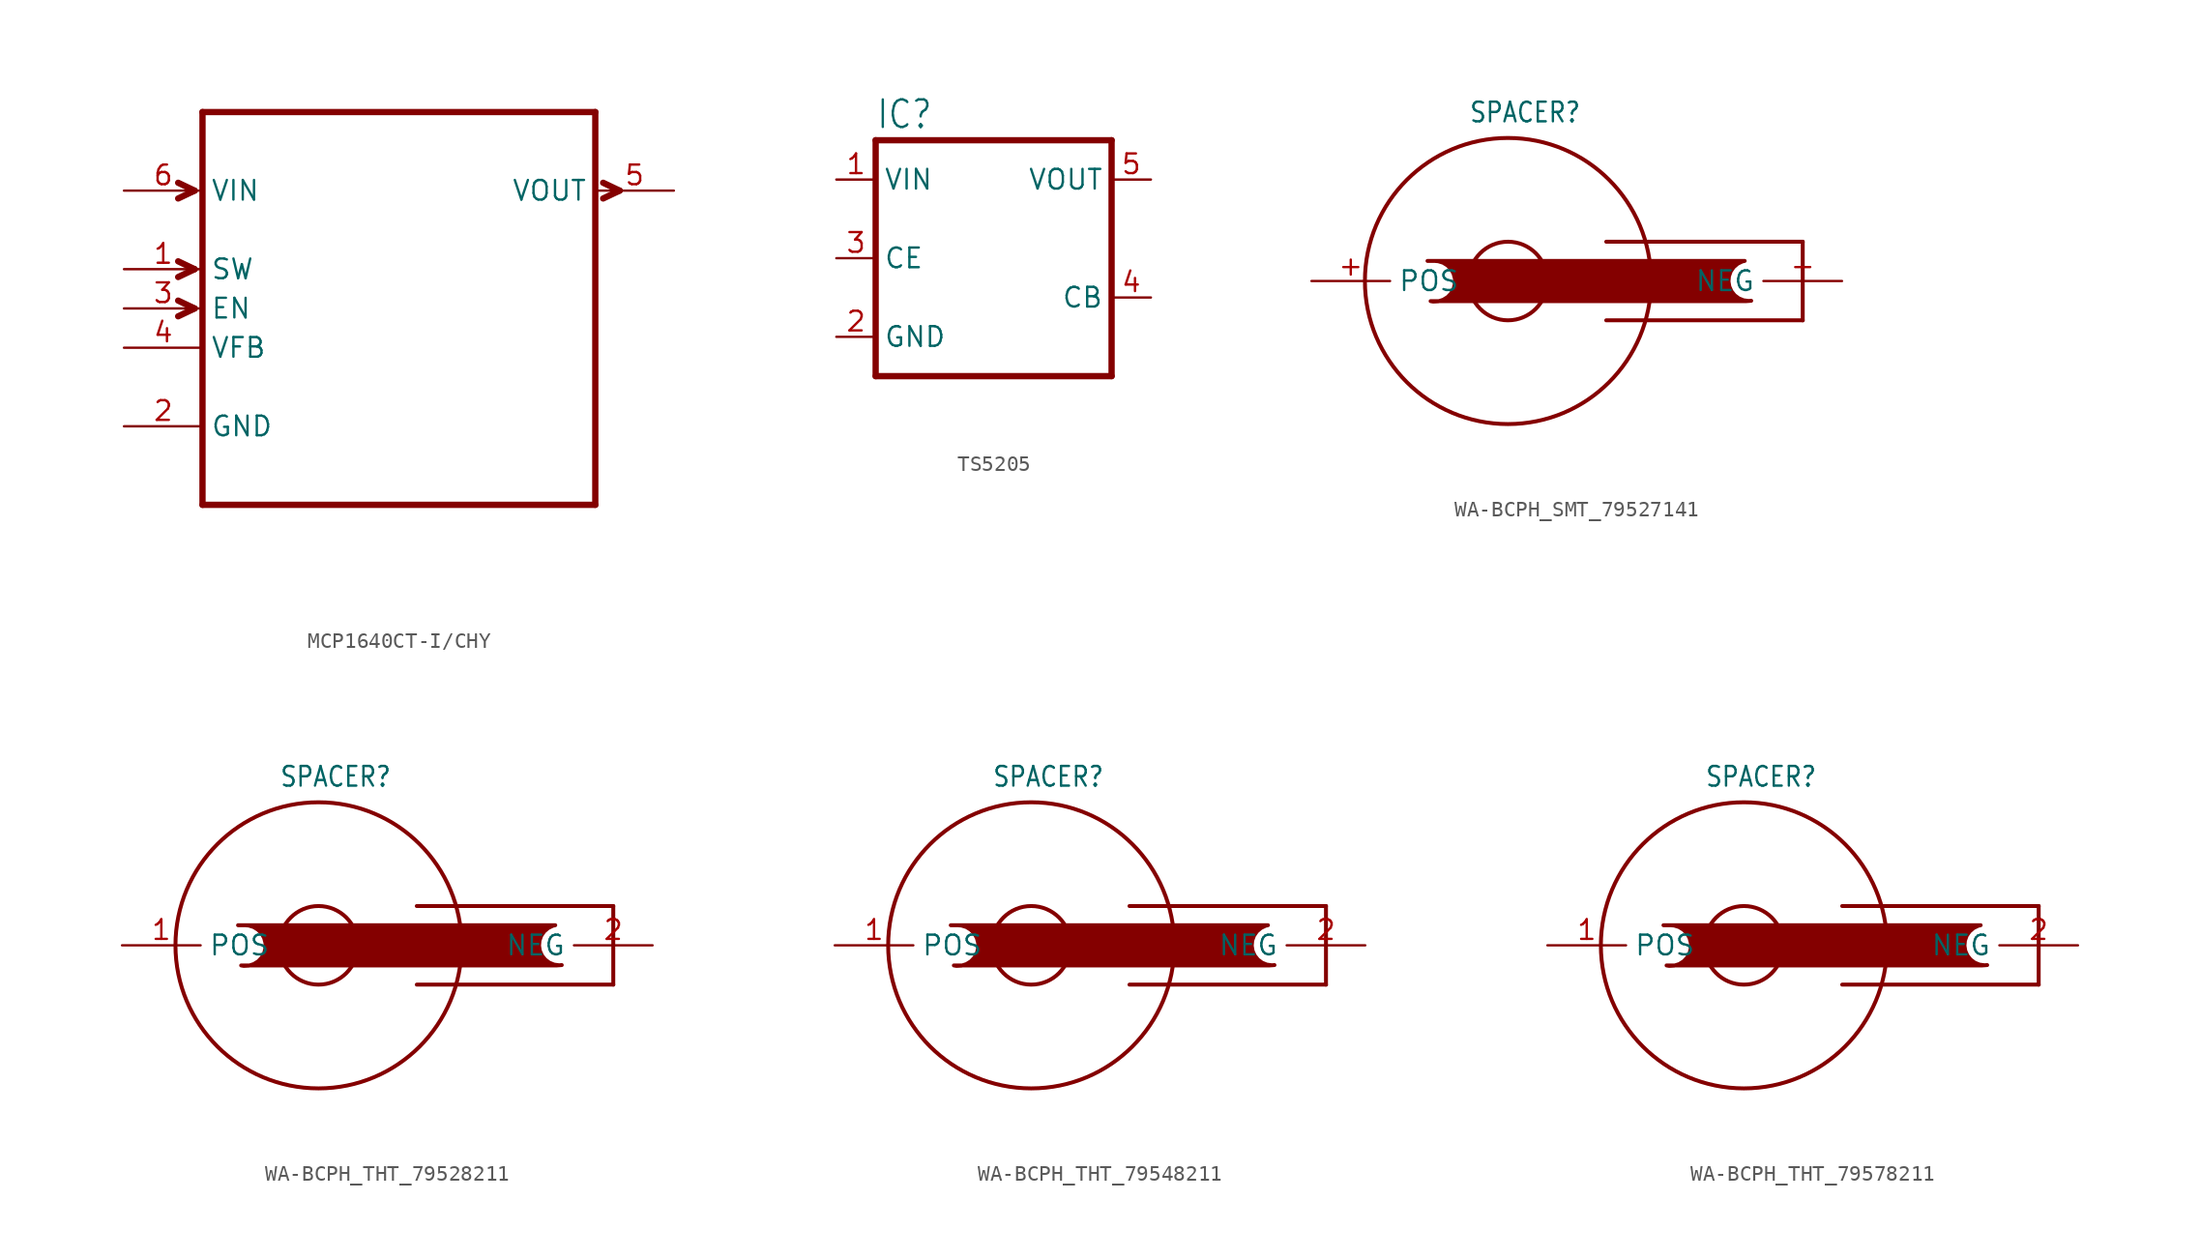
<source format=kicad_sym>
(kicad_symbol_lib
  (version 20220914)
  (generator kicad_symbol_editor)
  (symbol "MCP1640CT-I/CHY"
    (property "Reference" ""
      (at -4.928 12.573 0)
      (effects (font (size 2.083 1.77)) (justify left bottom) hide))
    (property "Value" ""
      (at -5.105 -19.914 0)
      (effects (font (size 2.083 1.77)) (justify left bottom)))
    (property "ki_locked" ""
      (at 0 0 0)
      (effects (font (size 1.27 1.27))))
    (symbol "MCP1640CT-I/CHY_1_0"
      (polyline (pts (xy -13.208 -2.54) (xy -14.275 -3.048)) (stroke (width 0.406) (type solid)) (fill (type none)))
      (polyline (pts (xy -13.208 -2.54) (xy -14.275 -2.032)) (stroke (width 0.406) (type solid)) (fill (type none)))
      (polyline (pts (xy -13.208 0) (xy -14.275 -0.508)) (stroke (width 0.406) (type solid)) (fill (type none)))
      (polyline (pts (xy -13.208 0) (xy -14.275 0.508)) (stroke (width 0.406) (type solid)) (fill (type none)))
      (polyline (pts (xy -13.208 5.08) (xy -14.275 4.572)) (stroke (width 0.406) (type solid)) (fill (type none)))
      (polyline (pts (xy -13.208 5.08) (xy -14.275 5.588)) (stroke (width 0.406) (type solid)) (fill (type none)))
      (polyline (pts (xy -12.7 -15.24) (xy 12.7 -15.24)) (stroke (width 0.406) (type solid)) (fill (type none)))
      (polyline (pts (xy -12.7 10.16) (xy -12.7 -15.24)) (stroke (width 0.406) (type solid)) (fill (type none)))
      (polyline (pts (xy 12.7 -15.24) (xy 12.7 10.16)) (stroke (width 0.406) (type solid)) (fill (type none)))
      (polyline (pts (xy 12.7 10.16) (xy -12.7 10.16)) (stroke (width 0.406) (type solid)) (fill (type none)))
      (polyline (pts (xy 13.208 4.572) (xy 14.275 5.08)) (stroke (width 0.406) (type solid)) (fill (type none)))
      (polyline (pts (xy 13.208 5.588) (xy 14.275 5.08)) (stroke (width 0.406) (type solid)) (fill (type none)))
      (pin input line (at -17.78 0 0) (length 5.08) (name "SW" (effects (font (size 1.27 1.27)))) (number "1" (effects (font (size 1.27 1.27)))))
      (pin passive line (at -17.78 -10.16 0) (length 5.08) (name "GND" (effects (font (size 1.27 1.27)))) (number "2" (effects (font (size 1.27 1.27)))))
      (pin input line (at -17.78 -2.54 0) (length 5.08) (name "EN" (effects (font (size 1.27 1.27)))) (number "3" (effects (font (size 1.27 1.27)))))
      (pin input line (at -17.78 -5.08 0) (length 5.08) (name "VFB" (effects (font (size 1.27 1.27)))) (number "4" (effects (font (size 1.27 1.27)))))
      (pin output line (at 17.78 5.08 180) (length 5.08) (name "VOUT" (effects (font (size 1.27 1.27)))) (number "5" (effects (font (size 1.27 1.27)))))
      (pin input line (at -17.78 5.08 0) (length 5.08) (name "VIN" (effects (font (size 1.27 1.27)))) (number "6" (effects (font (size 1.27 1.27)))))))
  (symbol "TS5205"
    (property "Reference" "IC"
      (at -7.62 8.255 0)
      (effects (font (size 1.778 1.511)) (justify left bottom)))
    (property "Value" ""
      (at -7.62 -10.16 0)
      (effects (font (size 1.778 1.511)) (justify left bottom)))
    (property "ki_locked" ""
      (at 0 0 0)
      (effects (font (size 1.27 1.27))))
    (symbol "TS5205_1_0"
      (polyline (pts (xy -7.62 -7.62) (xy 7.62 -7.62)) (stroke (width 0.406) (type solid)) (fill (type none)))
      (polyline (pts (xy -7.62 7.62) (xy -7.62 -7.62)) (stroke (width 0.406) (type solid)) (fill (type none)))
      (polyline (pts (xy 7.62 -7.62) (xy 7.62 7.62)) (stroke (width 0.406) (type solid)) (fill (type none)))
      (polyline (pts (xy 7.62 7.62) (xy -7.62 7.62)) (stroke (width 0.406) (type solid)) (fill (type none)))
      (pin input line (at -10.16 5.08 0) (length 2.54) (name "VIN" (effects (font (size 1.27 1.27)))) (number "1" (effects (font (size 1.27 1.27)))))
      (pin passive line (at -10.16 -5.08 0) (length 2.54) (name "GND" (effects (font (size 1.27 1.27)))) (number "2" (effects (font (size 1.27 1.27)))))
      (pin input line (at -10.16 0 0) (length 2.54) (name "CE" (effects (font (size 1.27 1.27)))) (number "3" (effects (font (size 1.27 1.27)))))
      (pin input line (at 10.16 -2.54 180) (length 2.54) (name "CB" (effects (font (size 1.27 1.27)))) (number "4" (effects (font (size 1.27 1.27)))))
      (pin passive line (at 10.16 5.08 180) (length 2.54) (name "VOUT" (effects (font (size 1.27 1.27)))) (number "5" (effects (font (size 1.27 1.27)))))))
  (symbol "WA-BCPH_SMT_79527141"
    (property "Reference" "SPACER"
      (at -2.54 10.16 0)
      (effects (font (size 1.27 1.079)) (justify left bottom)))
    (property "Value" ""
      (at -3.81 -11.43 0)
      (effects (font (size 1.27 1.079)) (justify left bottom)))
    (property "ki_locked" ""
      (at 0 0 0)
      (effects (font (size 1.27 1.27))))
    (symbol "WA-BCPH_SMT_79527141_1_0"
      (polyline (pts (xy 6.35 2.54) (xy 19.05 2.54)) (stroke (width 0.254) (type solid)) (fill (type none)))
      (polyline (pts (xy 19.05 -2.54) (xy 6.35 -2.54)) (stroke (width 0.254) (type solid)) (fill (type none)))
      (polyline (pts (xy 19.05 2.54) (xy 19.05 -2.54)) (stroke (width 0.254) (type solid)) (fill (type none)))
      (polyline (pts (xy -5.2 1.3) (xy 15.3 1.3) (xy 15.138 1.262) (xy 14.838 1.114) (xy 14.586 0.896) (xy 14.396 0.622) (xy 14.283 0.308) (xy 14.252 -0.024) (xy 14.306 -0.354) (xy 14.441 -0.659) (xy 14.649 -0.92) (xy 14.915 -1.12) (xy 15.224 -1.246) (xy 15.555 -1.29) (xy 15.721 -1.276) (xy 15.4 -1.3) (xy -5 -1.3) (xy -4.836 -1.329) (xy -4.503 -1.312) (xy -4.185 -1.212) (xy -3.902 -1.036) (xy -3.673 -0.794) (xy -3.512 -0.502) (xy -3.429 -0.179) (xy -3.43 0.154) (xy -3.515 0.476) (xy -3.678 0.767) (xy -3.909 1.007) (xy -4.192 1.182) (xy -4.511 1.28) (xy -4.677 1.292)) (stroke (width 0.254) (type solid)) (fill (type outline)))
      (circle (center 0 0) (radius 2.54) (stroke (width 0.254) (type solid)) (fill (type none)))
      (circle (center 0 0) (radius 9.246) (stroke (width 0.254) (type solid)) (fill (type none)))
      (pin bidirectional line (at -12.7 0 0) (length 5.08) (name "POS" (effects (font (size 1.27 1.27)))) (number "+" (effects (font (size 1.27 1.27)))))
      (pin bidirectional line (at 21.59 0 180) (length 5.08) (name "NEG" (effects (font (size 1.27 1.27)))) (number "-" (effects (font (size 1.27 1.27)))))))
  (symbol "WA-BCPH_THT_79528211"
    (property "Reference" "SPACER"
      (at -2.54 10.16 0)
      (effects (font (size 1.27 1.079)) (justify left bottom)))
    (property "Value" ""
      (at -3.81 -11.43 0)
      (effects (font (size 1.27 1.079)) (justify left bottom)))
    (property "ki_locked" ""
      (at 0 0 0)
      (effects (font (size 1.27 1.27))))
    (symbol "WA-BCPH_THT_79528211_1_0"
      (polyline (pts (xy 6.35 2.54) (xy 19.05 2.54)) (stroke (width 0.254) (type solid)) (fill (type none)))
      (polyline (pts (xy 19.05 -2.54) (xy 6.35 -2.54)) (stroke (width 0.254) (type solid)) (fill (type none)))
      (polyline (pts (xy 19.05 2.54) (xy 19.05 -2.54)) (stroke (width 0.254) (type solid)) (fill (type none)))
      (polyline (pts (xy -5.2 1.3) (xy 15.3 1.3) (xy 15.138 1.262) (xy 14.838 1.114) (xy 14.586 0.896) (xy 14.396 0.622) (xy 14.283 0.308) (xy 14.252 -0.024) (xy 14.306 -0.354) (xy 14.441 -0.659) (xy 14.649 -0.92) (xy 14.915 -1.12) (xy 15.224 -1.246) (xy 15.555 -1.29) (xy 15.721 -1.276) (xy 15.4 -1.3) (xy -5 -1.3) (xy -4.836 -1.329) (xy -4.503 -1.312) (xy -4.185 -1.212) (xy -3.902 -1.036) (xy -3.673 -0.794) (xy -3.512 -0.502) (xy -3.429 -0.179) (xy -3.43 0.154) (xy -3.515 0.476) (xy -3.678 0.767) (xy -3.909 1.007) (xy -4.192 1.182) (xy -4.511 1.28) (xy -4.677 1.292)) (stroke (width 0.254) (type solid)) (fill (type outline)))
      (circle (center 0 0) (radius 2.54) (stroke (width 0.254) (type solid)) (fill (type none)))
      (circle (center 0 0) (radius 9.246) (stroke (width 0.254) (type solid)) (fill (type none)))
      (pin bidirectional line (at -12.7 0 0) (length 5.08) (name "POS" (effects (font (size 1.27 1.27)))) (number "1" (effects (font (size 1.27 1.27)))))
      (pin bidirectional line (at 21.59 0 180) (length 5.08) (name "NEG" (effects (font (size 1.27 1.27)))) (number "2" (effects (font (size 1.27 1.27)))))))
  (symbol "WA-BCPH_THT_79548211"
    (property "Reference" "SPACER"
      (at -2.54 10.16 0)
      (effects (font (size 1.27 1.079)) (justify left bottom)))
    (property "Value" ""
      (at -3.81 -11.43 0)
      (effects (font (size 1.27 1.079)) (justify left bottom)))
    (property "ki_locked" ""
      (at 0 0 0)
      (effects (font (size 1.27 1.27))))
    (symbol "WA-BCPH_THT_79548211_1_0"
      (polyline (pts (xy 6.35 2.54) (xy 19.05 2.54)) (stroke (width 0.254) (type solid)) (fill (type none)))
      (polyline (pts (xy 19.05 -2.54) (xy 6.35 -2.54)) (stroke (width 0.254) (type solid)) (fill (type none)))
      (polyline (pts (xy 19.05 2.54) (xy 19.05 -2.54)) (stroke (width 0.254) (type solid)) (fill (type none)))
      (polyline (pts (xy -5.2 1.3) (xy 15.3 1.3) (xy 15.138 1.262) (xy 14.838 1.114) (xy 14.586 0.896) (xy 14.396 0.622) (xy 14.283 0.308) (xy 14.252 -0.024) (xy 14.306 -0.354) (xy 14.441 -0.659) (xy 14.649 -0.92) (xy 14.915 -1.12) (xy 15.224 -1.246) (xy 15.555 -1.29) (xy 15.721 -1.276) (xy 15.4 -1.3) (xy -5 -1.3) (xy -4.836 -1.329) (xy -4.503 -1.312) (xy -4.185 -1.212) (xy -3.902 -1.036) (xy -3.673 -0.794) (xy -3.512 -0.502) (xy -3.429 -0.179) (xy -3.43 0.154) (xy -3.515 0.476) (xy -3.678 0.767) (xy -3.909 1.007) (xy -4.192 1.182) (xy -4.511 1.28) (xy -4.677 1.292)) (stroke (width 0.254) (type solid)) (fill (type outline)))
      (circle (center 0 0) (radius 2.54) (stroke (width 0.254) (type solid)) (fill (type none)))
      (circle (center 0 0) (radius 9.246) (stroke (width 0.254) (type solid)) (fill (type none)))
      (pin bidirectional line (at -12.7 0 0) (length 5.08) (name "POS" (effects (font (size 1.27 1.27)))) (number "1" (effects (font (size 1.27 1.27)))))
      (pin bidirectional line (at 21.59 0 180) (length 5.08) (name "NEG" (effects (font (size 1.27 1.27)))) (number "2" (effects (font (size 1.27 1.27)))))))
  (symbol "WA-BCPH_THT_79578211"
    (property "Reference" "SPACER"
      (at -2.54 10.16 0)
      (effects (font (size 1.27 1.079)) (justify left bottom)))
    (property "Value" ""
      (at -3.81 -11.43 0)
      (effects (font (size 1.27 1.079)) (justify left bottom)))
    (property "ki_locked" ""
      (at 0 0 0)
      (effects (font (size 1.27 1.27))))
    (symbol "WA-BCPH_THT_79578211_1_0"
      (polyline (pts (xy 6.35 2.54) (xy 19.05 2.54)) (stroke (width 0.254) (type solid)) (fill (type none)))
      (polyline (pts (xy 19.05 -2.54) (xy 6.35 -2.54)) (stroke (width 0.254) (type solid)) (fill (type none)))
      (polyline (pts (xy 19.05 2.54) (xy 19.05 -2.54)) (stroke (width 0.254) (type solid)) (fill (type none)))
      (polyline (pts (xy -5.2 1.3) (xy 15.3 1.3) (xy 15.138 1.262) (xy 14.838 1.114) (xy 14.586 0.896) (xy 14.396 0.622) (xy 14.283 0.308) (xy 14.252 -0.024) (xy 14.306 -0.354) (xy 14.441 -0.659) (xy 14.649 -0.92) (xy 14.915 -1.12) (xy 15.224 -1.246) (xy 15.555 -1.29) (xy 15.721 -1.276) (xy 15.4 -1.3) (xy -5 -1.3) (xy -4.836 -1.329) (xy -4.503 -1.312) (xy -4.185 -1.212) (xy -3.902 -1.036) (xy -3.673 -0.794) (xy -3.512 -0.502) (xy -3.429 -0.179) (xy -3.43 0.154) (xy -3.515 0.476) (xy -3.678 0.767) (xy -3.909 1.007) (xy -4.192 1.182) (xy -4.511 1.28) (xy -4.677 1.292)) (stroke (width 0.254) (type solid)) (fill (type outline)))
      (circle (center 0 0) (radius 2.54) (stroke (width 0.254) (type solid)) (fill (type none)))
      (circle (center 0 0) (radius 9.246) (stroke (width 0.254) (type solid)) (fill (type none)))
      (pin bidirectional line (at -12.7 0 0) (length 5.08) (name "POS" (effects (font (size 1.27 1.27)))) (number "1" (effects (font (size 1.27 1.27)))))
      (pin bidirectional line (at 21.59 0 180) (length 5.08) (name "NEG" (effects (font (size 1.27 1.27)))) (number "2" (effects (font (size 1.27 1.27))))))))
</source>
